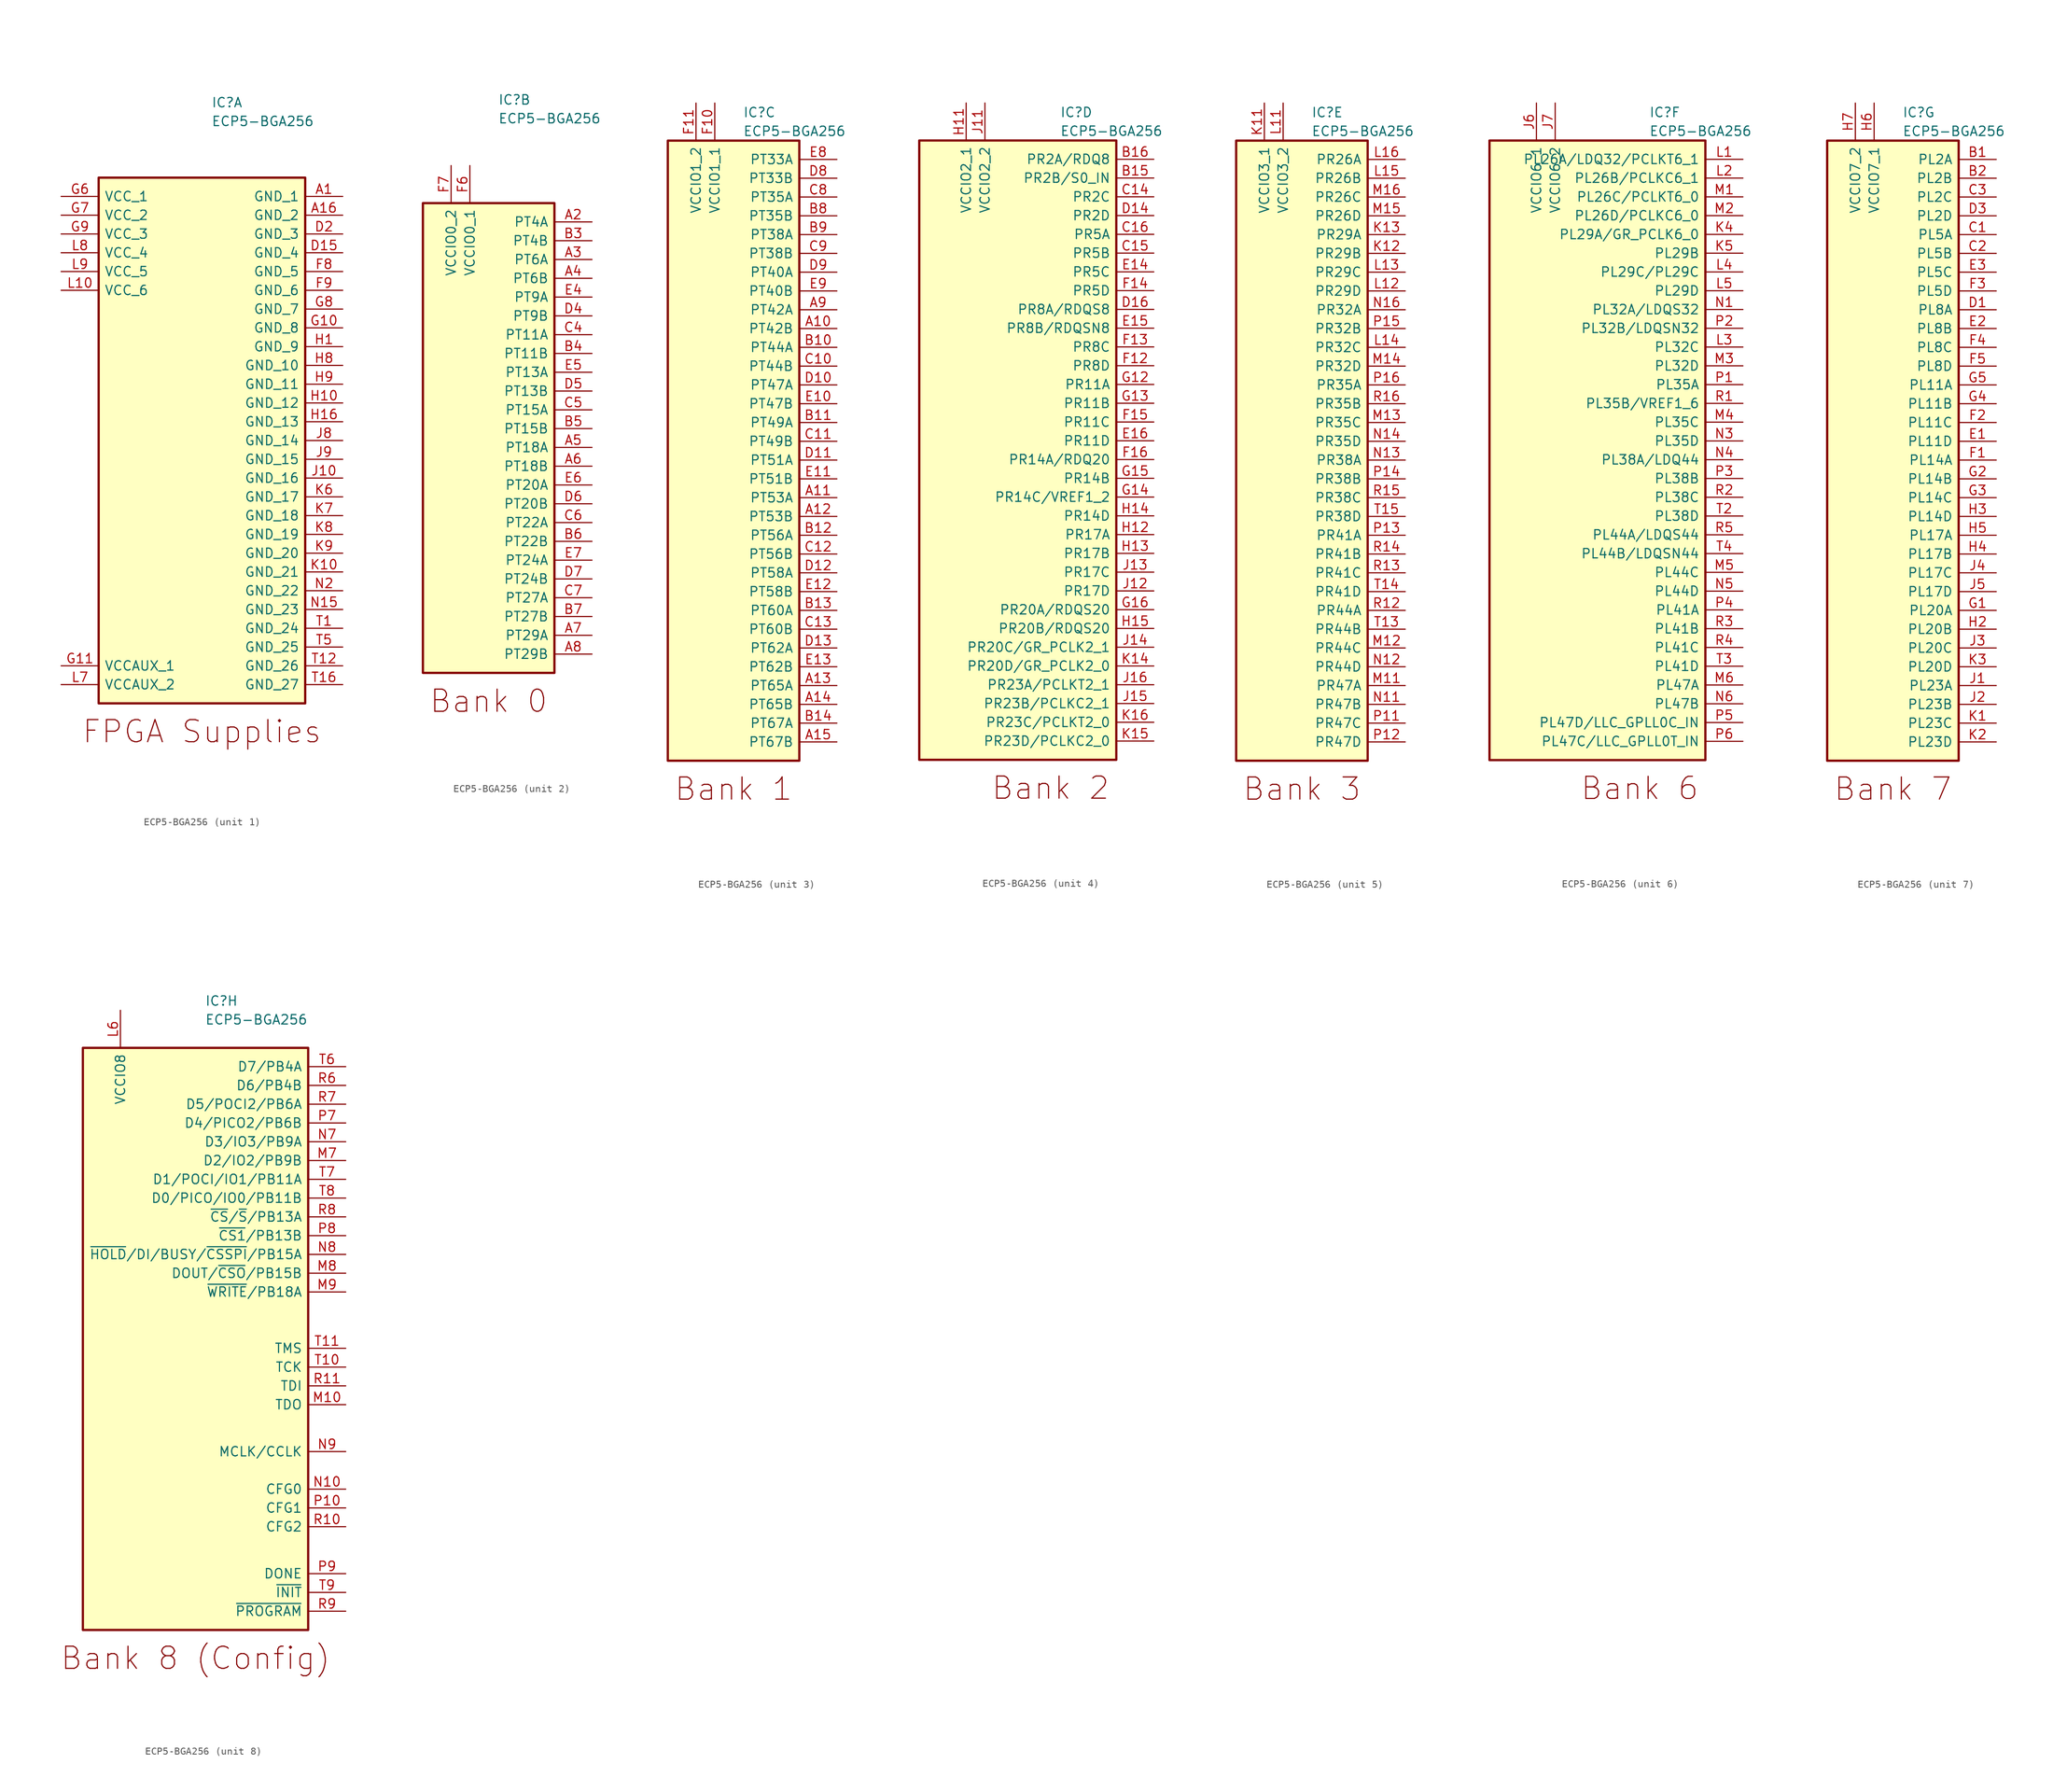
<source format=kicad_sym>
(kicad_symbol_lib
  (version 20241209)
  (generator "kicad_symbol_editor")
  (generator_version "9.0")
  (symbol "ECP5-BGA256"
    (pin_names
      (offset 0.762))
    (property "Reference" "IC"
      (at 1.27 45.72 0)
      (effects (font (size 1.27 1.27)) (justify left)))
    (property "Value" "ECP5-BGA256"
      (at 1.27 43.18 0)
      (effects (font (size 1.27 1.27)) (justify left)))
    (property "ki_locked" ""
      (at 0 0 0)
      (effects (font (size 1.27 1.27))))
    (symbol "ECP5-BGA256_1_0"
      (rectangle (start -13.97 35.56) (end 13.97 -35.56) (stroke (width 0.305) (type default)) (fill (type background))))
    (symbol "ECP5-BGA256_1_1"
      (text "FPGA Supplies" (at 0 -39.37 0) (effects (font (size 2.997 2.997))))
      (pin power_in line (at -19.05 33.02 0) (length 5.08) (name "VCC_1" (effects (font (size 1.27 1.27)))) (number "G6" (effects (font (size 1.27 1.27)))))
      (pin power_in line (at -19.05 30.48 0) (length 5.08) (name "VCC_2" (effects (font (size 1.27 1.27)))) (number "G7" (effects (font (size 1.27 1.27)))))
      (pin power_in line (at -19.05 27.94 0) (length 5.08) (name "VCC_3" (effects (font (size 1.27 1.27)))) (number "G9" (effects (font (size 1.27 1.27)))))
      (pin power_in line (at -19.05 25.4 0) (length 5.08) (name "VCC_4" (effects (font (size 1.27 1.27)))) (number "L8" (effects (font (size 1.27 1.27)))))
      (pin power_in line (at -19.05 22.86 0) (length 5.08) (name "VCC_5" (effects (font (size 1.27 1.27)))) (number "L9" (effects (font (size 1.27 1.27)))))
      (pin power_in line (at -19.05 20.32 0) (length 5.08) (name "VCC_6" (effects (font (size 1.27 1.27)))) (number "L10" (effects (font (size 1.27 1.27)))))
      (pin power_in line (at -19.05 -30.48 0) (length 5.08) (name "VCCAUX_1" (effects (font (size 1.27 1.27)))) (number "G11" (effects (font (size 1.27 1.27)))))
      (pin power_in line (at -19.05 -33.02 0) (length 5.08) (name "VCCAUX_2" (effects (font (size 1.27 1.27)))) (number "L7" (effects (font (size 1.27 1.27)))))
      (pin power_in line (at 19.05 33.02 180) (length 5.08) (name "GND_1" (effects (font (size 1.27 1.27)))) (number "A1" (effects (font (size 1.27 1.27)))))
      (pin power_in line (at 19.05 30.48 180) (length 5.08) (name "GND_2" (effects (font (size 1.27 1.27)))) (number "A16" (effects (font (size 1.27 1.27)))))
      (pin power_in line (at 19.05 27.94 180) (length 5.08) (name "GND_3" (effects (font (size 1.27 1.27)))) (number "D2" (effects (font (size 1.27 1.27)))))
      (pin power_in line (at 19.05 25.4 180) (length 5.08) (name "GND_4" (effects (font (size 1.27 1.27)))) (number "D15" (effects (font (size 1.27 1.27)))))
      (pin power_in line (at 19.05 22.86 180) (length 5.08) (name "GND_5" (effects (font (size 1.27 1.27)))) (number "F8" (effects (font (size 1.27 1.27)))))
      (pin power_in line (at 19.05 20.32 180) (length 5.08) (name "GND_6" (effects (font (size 1.27 1.27)))) (number "F9" (effects (font (size 1.27 1.27)))))
      (pin power_in line (at 19.05 17.78 180) (length 5.08) (name "GND_7" (effects (font (size 1.27 1.27)))) (number "G8" (effects (font (size 1.27 1.27)))))
      (pin power_in line (at 19.05 15.24 180) (length 5.08) (name "GND_8" (effects (font (size 1.27 1.27)))) (number "G10" (effects (font (size 1.27 1.27)))))
      (pin power_in line (at 19.05 12.7 180) (length 5.08) (name "GND_9" (effects (font (size 1.27 1.27)))) (number "H1" (effects (font (size 1.27 1.27)))))
      (pin power_in line (at 19.05 10.16 180) (length 5.08) (name "GND_10" (effects (font (size 1.27 1.27)))) (number "H8" (effects (font (size 1.27 1.27)))))
      (pin power_in line (at 19.05 7.62 180) (length 5.08) (name "GND_11" (effects (font (size 1.27 1.27)))) (number "H9" (effects (font (size 1.27 1.27)))))
      (pin power_in line (at 19.05 5.08 180) (length 5.08) (name "GND_12" (effects (font (size 1.27 1.27)))) (number "H10" (effects (font (size 1.27 1.27)))))
      (pin power_in line (at 19.05 2.54 180) (length 5.08) (name "GND_13" (effects (font (size 1.27 1.27)))) (number "H16" (effects (font (size 1.27 1.27)))))
      (pin power_in line (at 19.05 0 180) (length 5.08) (name "GND_14" (effects (font (size 1.27 1.27)))) (number "J8" (effects (font (size 1.27 1.27)))))
      (pin power_in line (at 19.05 -2.54 180) (length 5.08) (name "GND_15" (effects (font (size 1.27 1.27)))) (number "J9" (effects (font (size 1.27 1.27)))))
      (pin power_in line (at 19.05 -5.08 180) (length 5.08) (name "GND_16" (effects (font (size 1.27 1.27)))) (number "J10" (effects (font (size 1.27 1.27)))))
      (pin power_in line (at 19.05 -7.62 180) (length 5.08) (name "GND_17" (effects (font (size 1.27 1.27)))) (number "K6" (effects (font (size 1.27 1.27)))))
      (pin power_in line (at 19.05 -10.16 180) (length 5.08) (name "GND_18" (effects (font (size 1.27 1.27)))) (number "K7" (effects (font (size 1.27 1.27)))))
      (pin power_in line (at 19.05 -12.7 180) (length 5.08) (name "GND_19" (effects (font (size 1.27 1.27)))) (number "K8" (effects (font (size 1.27 1.27)))))
      (pin power_in line (at 19.05 -15.24 180) (length 5.08) (name "GND_20" (effects (font (size 1.27 1.27)))) (number "K9" (effects (font (size 1.27 1.27)))))
      (pin power_in line (at 19.05 -17.78 180) (length 5.08) (name "GND_21" (effects (font (size 1.27 1.27)))) (number "K10" (effects (font (size 1.27 1.27)))))
      (pin power_in line (at 19.05 -20.32 180) (length 5.08) (name "GND_22" (effects (font (size 1.27 1.27)))) (number "N2" (effects (font (size 1.27 1.27)))))
      (pin power_in line (at 19.05 -22.86 180) (length 5.08) (name "GND_23" (effects (font (size 1.27 1.27)))) (number "N15" (effects (font (size 1.27 1.27)))))
      (pin power_in line (at 19.05 -25.4 180) (length 5.08) (name "GND_24" (effects (font (size 1.27 1.27)))) (number "T1" (effects (font (size 1.27 1.27)))))
      (pin power_in line (at 19.05 -27.94 180) (length 5.08) (name "GND_25" (effects (font (size 1.27 1.27)))) (number "T5" (effects (font (size 1.27 1.27)))))
      (pin power_in line (at 19.05 -30.48 180) (length 5.08) (name "GND_26" (effects (font (size 1.27 1.27)))) (number "T12" (effects (font (size 1.27 1.27)))))
      (pin power_in line (at 19.05 -33.02 180) (length 5.08) (name "GND_27" (effects (font (size 1.27 1.27)))) (number "T16" (effects (font (size 1.27 1.27))))))
    (symbol "ECP5-BGA256_2_1"
      (rectangle (start -8.89 31.75) (end 8.89 -31.75) (stroke (width 0.305) (type default)) (fill (type background)))
      (text "Bank 0" (at 0 -35.56 0) (effects (font (size 2.997 2.997))))
      (pin power_in line (at -5.08 36.83 270) (length 5.08) (name "VCCIO0_2" (effects (font (size 1.27 1.27)))) (number "F7" (effects (font (size 1.27 1.27)))))
      (pin power_in line (at -2.54 36.83 270) (length 5.08) (name "VCCIO0_1" (effects (font (size 1.27 1.27)))) (number "F6" (effects (font (size 1.27 1.27)))))
      (pin bidirectional line (at 13.97 29.21 180) (length 5.08) (name "PT4A" (effects (font (size 1.27 1.27)))) (number "A2" (effects (font (size 1.27 1.27)))))
      (pin bidirectional line (at 13.97 26.67 180) (length 5.08) (name "PT4B" (effects (font (size 1.27 1.27)))) (number "B3" (effects (font (size 1.27 1.27)))))
      (pin bidirectional line (at 13.97 24.13 180) (length 5.08) (name "PT6A" (effects (font (size 1.27 1.27)))) (number "A3" (effects (font (size 1.27 1.27)))))
      (pin bidirectional line (at 13.97 21.59 180) (length 5.08) (name "PT6B" (effects (font (size 1.27 1.27)))) (number "A4" (effects (font (size 1.27 1.27)))))
      (pin bidirectional line (at 13.97 19.05 180) (length 5.08) (name "PT9A" (effects (font (size 1.27 1.27)))) (number "E4" (effects (font (size 1.27 1.27)))))
      (pin bidirectional line (at 13.97 16.51 180) (length 5.08) (name "PT9B" (effects (font (size 1.27 1.27)))) (number "D4" (effects (font (size 1.27 1.27)))))
      (pin bidirectional line (at 13.97 13.97 180) (length 5.08) (name "PT11A" (effects (font (size 1.27 1.27)))) (number "C4" (effects (font (size 1.27 1.27)))))
      (pin bidirectional line (at 13.97 11.43 180) (length 5.08) (name "PT11B" (effects (font (size 1.27 1.27)))) (number "B4" (effects (font (size 1.27 1.27)))))
      (pin bidirectional line (at 13.97 8.89 180) (length 5.08) (name "PT13A" (effects (font (size 1.27 1.27)))) (number "E5" (effects (font (size 1.27 1.27)))))
      (pin bidirectional line (at 13.97 6.35 180) (length 5.08) (name "PT13B" (effects (font (size 1.27 1.27)))) (number "D5" (effects (font (size 1.27 1.27)))))
      (pin bidirectional line (at 13.97 3.81 180) (length 5.08) (name "PT15A" (effects (font (size 1.27 1.27)))) (number "C5" (effects (font (size 1.27 1.27)))))
      (pin bidirectional line (at 13.97 1.27 180) (length 5.08) (name "PT15B" (effects (font (size 1.27 1.27)))) (number "B5" (effects (font (size 1.27 1.27)))))
      (pin bidirectional line (at 13.97 -1.27 180) (length 5.08) (name "PT18A" (effects (font (size 1.27 1.27)))) (number "A5" (effects (font (size 1.27 1.27)))))
      (pin bidirectional line (at 13.97 -3.81 180) (length 5.08) (name "PT18B" (effects (font (size 1.27 1.27)))) (number "A6" (effects (font (size 1.27 1.27)))))
      (pin bidirectional line (at 13.97 -6.35 180) (length 5.08) (name "PT20A" (effects (font (size 1.27 1.27)))) (number "E6" (effects (font (size 1.27 1.27)))))
      (pin bidirectional line (at 13.97 -8.89 180) (length 5.08) (name "PT20B" (effects (font (size 1.27 1.27)))) (number "D6" (effects (font (size 1.27 1.27)))))
      (pin bidirectional line (at 13.97 -11.43 180) (length 5.08) (name "PT22A" (effects (font (size 1.27 1.27)))) (number "C6" (effects (font (size 1.27 1.27)))))
      (pin bidirectional line (at 13.97 -13.97 180) (length 5.08) (name "PT22B" (effects (font (size 1.27 1.27)))) (number "B6" (effects (font (size 1.27 1.27)))))
      (pin bidirectional line (at 13.97 -16.51 180) (length 5.08) (name "PT24A" (effects (font (size 1.27 1.27)))) (number "E7" (effects (font (size 1.27 1.27)))))
      (pin bidirectional line (at 13.97 -19.05 180) (length 5.08) (name "PT24B" (effects (font (size 1.27 1.27)))) (number "D7" (effects (font (size 1.27 1.27)))))
      (pin bidirectional line (at 13.97 -21.59 180) (length 5.08) (name "PT27A" (effects (font (size 1.27 1.27)))) (number "C7" (effects (font (size 1.27 1.27)))))
      (pin bidirectional line (at 13.97 -24.13 180) (length 5.08) (name "PT27B" (effects (font (size 1.27 1.27)))) (number "B7" (effects (font (size 1.27 1.27)))))
      (pin bidirectional line (at 13.97 -26.67 180) (length 5.08) (name "PT29A" (effects (font (size 1.27 1.27)))) (number "A7" (effects (font (size 1.27 1.27)))))
      (pin bidirectional line (at 13.97 -29.21 180) (length 5.08) (name "PT29B" (effects (font (size 1.27 1.27)))) (number "A8" (effects (font (size 1.27 1.27))))))
    (symbol "ECP5-BGA256_3_0"
      (rectangle (start -8.89 41.91) (end 8.89 -41.91) (stroke (width 0.305) (type default)) (fill (type background))))
    (symbol "ECP5-BGA256_3_1"
      (text "Bank 1" (at 0 -45.72 0) (effects (font (size 2.997 2.997))))
      (pin power_in line (at -5.08 46.99 270) (length 5.08) (name "VCCIO1_2" (effects (font (size 1.27 1.27)))) (number "F11" (effects (font (size 1.27 1.27)))))
      (pin power_in line (at -2.54 46.99 270) (length 5.08) (name "VCCIO1_1" (effects (font (size 1.27 1.27)))) (number "F10" (effects (font (size 1.27 1.27)))))
      (pin bidirectional line (at 13.97 39.37 180) (length 5.08) (name "PT33A" (effects (font (size 1.27 1.27)))) (number "E8" (effects (font (size 1.27 1.27)))))
      (pin bidirectional line (at 13.97 36.83 180) (length 5.08) (name "PT33B" (effects (font (size 1.27 1.27)))) (number "D8" (effects (font (size 1.27 1.27)))))
      (pin bidirectional line (at 13.97 34.29 180) (length 5.08) (name "PT35A" (effects (font (size 1.27 1.27)))) (number "C8" (effects (font (size 1.27 1.27)))))
      (pin bidirectional line (at 13.97 31.75 180) (length 5.08) (name "PT35B" (effects (font (size 1.27 1.27)))) (number "B8" (effects (font (size 1.27 1.27)))))
      (pin bidirectional line (at 13.97 29.21 180) (length 5.08) (name "PT38A" (effects (font (size 1.27 1.27)))) (number "B9" (effects (font (size 1.27 1.27)))))
      (pin bidirectional line (at 13.97 26.67 180) (length 5.08) (name "PT38B" (effects (font (size 1.27 1.27)))) (number "C9" (effects (font (size 1.27 1.27)))))
      (pin bidirectional line (at 13.97 24.13 180) (length 5.08) (name "PT40A" (effects (font (size 1.27 1.27)))) (number "D9" (effects (font (size 1.27 1.27)))))
      (pin bidirectional line (at 13.97 21.59 180) (length 5.08) (name "PT40B" (effects (font (size 1.27 1.27)))) (number "E9" (effects (font (size 1.27 1.27)))))
      (pin bidirectional line (at 13.97 19.05 180) (length 5.08) (name "PT42A" (effects (font (size 1.27 1.27)))) (number "A9" (effects (font (size 1.27 1.27)))))
      (pin bidirectional line (at 13.97 16.51 180) (length 5.08) (name "PT42B" (effects (font (size 1.27 1.27)))) (number "A10" (effects (font (size 1.27 1.27)))))
      (pin bidirectional line (at 13.97 13.97 180) (length 5.08) (name "PT44A" (effects (font (size 1.27 1.27)))) (number "B10" (effects (font (size 1.27 1.27)))))
      (pin bidirectional line (at 13.97 11.43 180) (length 5.08) (name "PT44B" (effects (font (size 1.27 1.27)))) (number "C10" (effects (font (size 1.27 1.27)))))
      (pin bidirectional line (at 13.97 8.89 180) (length 5.08) (name "PT47A" (effects (font (size 1.27 1.27)))) (number "D10" (effects (font (size 1.27 1.27)))))
      (pin bidirectional line (at 13.97 6.35 180) (length 5.08) (name "PT47B" (effects (font (size 1.27 1.27)))) (number "E10" (effects (font (size 1.27 1.27)))))
      (pin bidirectional line (at 13.97 3.81 180) (length 5.08) (name "PT49A" (effects (font (size 1.27 1.27)))) (number "B11" (effects (font (size 1.27 1.27)))))
      (pin bidirectional line (at 13.97 1.27 180) (length 5.08) (name "PT49B" (effects (font (size 1.27 1.27)))) (number "C11" (effects (font (size 1.27 1.27)))))
      (pin bidirectional line (at 13.97 -1.27 180) (length 5.08) (name "PT51A" (effects (font (size 1.27 1.27)))) (number "D11" (effects (font (size 1.27 1.27)))))
      (pin bidirectional line (at 13.97 -3.81 180) (length 5.08) (name "PT51B" (effects (font (size 1.27 1.27)))) (number "E11" (effects (font (size 1.27 1.27)))))
      (pin bidirectional line (at 13.97 -6.35 180) (length 5.08) (name "PT53A" (effects (font (size 1.27 1.27)))) (number "A11" (effects (font (size 1.27 1.27)))))
      (pin bidirectional line (at 13.97 -8.89 180) (length 5.08) (name "PT53B" (effects (font (size 1.27 1.27)))) (number "A12" (effects (font (size 1.27 1.27)))))
      (pin bidirectional line (at 13.97 -11.43 180) (length 5.08) (name "PT56A" (effects (font (size 1.27 1.27)))) (number "B12" (effects (font (size 1.27 1.27)))))
      (pin bidirectional line (at 13.97 -13.97 180) (length 5.08) (name "PT56B" (effects (font (size 1.27 1.27)))) (number "C12" (effects (font (size 1.27 1.27)))))
      (pin bidirectional line (at 13.97 -16.51 180) (length 5.08) (name "PT58A" (effects (font (size 1.27 1.27)))) (number "D12" (effects (font (size 1.27 1.27)))))
      (pin bidirectional line (at 13.97 -19.05 180) (length 5.08) (name "PT58B" (effects (font (size 1.27 1.27)))) (number "E12" (effects (font (size 1.27 1.27)))))
      (pin bidirectional line (at 13.97 -21.59 180) (length 5.08) (name "PT60A" (effects (font (size 1.27 1.27)))) (number "B13" (effects (font (size 1.27 1.27)))))
      (pin bidirectional line (at 13.97 -24.13 180) (length 5.08) (name "PT60B" (effects (font (size 1.27 1.27)))) (number "C13" (effects (font (size 1.27 1.27)))))
      (pin bidirectional line (at 13.97 -26.67 180) (length 5.08) (name "PT62A" (effects (font (size 1.27 1.27)))) (number "D13" (effects (font (size 1.27 1.27)))))
      (pin bidirectional line (at 13.97 -29.21 180) (length 5.08) (name "PT62B" (effects (font (size 1.27 1.27)))) (number "E13" (effects (font (size 1.27 1.27)))))
      (pin bidirectional line (at 13.97 -31.75 180) (length 5.08) (name "PT65A" (effects (font (size 1.27 1.27)))) (number "A13" (effects (font (size 1.27 1.27)))))
      (pin bidirectional line (at 13.97 -34.29 180) (length 5.08) (name "PT65B" (effects (font (size 1.27 1.27)))) (number "A14" (effects (font (size 1.27 1.27)))))
      (pin bidirectional line (at 13.97 -36.83 180) (length 5.08) (name "PT67A" (effects (font (size 1.27 1.27)))) (number "B14" (effects (font (size 1.27 1.27)))))
      (pin bidirectional line (at 13.97 -39.37 180) (length 5.08) (name "PT67B" (effects (font (size 1.27 1.27)))) (number "A15" (effects (font (size 1.27 1.27))))))
    (symbol "ECP5-BGA256_4_1"
      (rectangle (start -17.78 41.91) (end 8.89 -41.91) (stroke (width 0.305) (type default)) (fill (type background)))
      (text "Bank 2" (at 0 -45.72 0) (effects (font (size 2.997 2.997))))
      (pin power_in line (at -11.43 46.99 270) (length 5.08) (name "VCCIO2_1" (effects (font (size 1.27 1.27)))) (number "H11" (effects (font (size 1.27 1.27)))))
      (pin power_in line (at -8.89 46.99 270) (length 5.08) (name "VCCIO2_2" (effects (font (size 1.27 1.27)))) (number "J11" (effects (font (size 1.27 1.27)))))
      (pin bidirectional line (at 13.97 39.37 180) (length 5.08) (name "PR2A/RDQ8" (effects (font (size 1.27 1.27)))) (number "B16" (effects (font (size 1.27 1.27)))))
      (pin bidirectional line (at 13.97 36.83 180) (length 5.08) (name "PR2B/S0_IN" (effects (font (size 1.27 1.27)))) (number "B15" (effects (font (size 1.27 1.27)))))
      (pin bidirectional line (at 13.97 34.29 180) (length 5.08) (name "PR2C" (effects (font (size 1.27 1.27)))) (number "C14" (effects (font (size 1.27 1.27)))))
      (pin bidirectional line (at 13.97 31.75 180) (length 5.08) (name "PR2D" (effects (font (size 1.27 1.27)))) (number "D14" (effects (font (size 1.27 1.27)))))
      (pin bidirectional line (at 13.97 29.21 180) (length 5.08) (name "PR5A" (effects (font (size 1.27 1.27)))) (number "C16" (effects (font (size 1.27 1.27)))))
      (pin bidirectional line (at 13.97 26.67 180) (length 5.08) (name "PR5B" (effects (font (size 1.27 1.27)))) (number "C15" (effects (font (size 1.27 1.27)))))
      (pin bidirectional line (at 13.97 24.13 180) (length 5.08) (name "PR5C" (effects (font (size 1.27 1.27)))) (number "E14" (effects (font (size 1.27 1.27)))))
      (pin bidirectional line (at 13.97 21.59 180) (length 5.08) (name "PR5D" (effects (font (size 1.27 1.27)))) (number "F14" (effects (font (size 1.27 1.27)))))
      (pin bidirectional line (at 13.97 19.05 180) (length 5.08) (name "PR8A/RDQS8" (effects (font (size 1.27 1.27)))) (number "D16" (effects (font (size 1.27 1.27)))))
      (pin bidirectional line (at 13.97 16.51 180) (length 5.08) (name "PR8B/RDQSN8" (effects (font (size 1.27 1.27)))) (number "E15" (effects (font (size 1.27 1.27)))))
      (pin bidirectional line (at 13.97 13.97 180) (length 5.08) (name "PR8C" (effects (font (size 1.27 1.27)))) (number "F13" (effects (font (size 1.27 1.27)))))
      (pin bidirectional line (at 13.97 11.43 180) (length 5.08) (name "PR8D" (effects (font (size 1.27 1.27)))) (number "F12" (effects (font (size 1.27 1.27)))))
      (pin bidirectional line (at 13.97 8.89 180) (length 5.08) (name "PR11A" (effects (font (size 1.27 1.27)))) (number "G12" (effects (font (size 1.27 1.27)))))
      (pin bidirectional line (at 13.97 6.35 180) (length 5.08) (name "PR11B" (effects (font (size 1.27 1.27)))) (number "G13" (effects (font (size 1.27 1.27)))))
      (pin bidirectional line (at 13.97 3.81 180) (length 5.08) (name "PR11C" (effects (font (size 1.27 1.27)))) (number "F15" (effects (font (size 1.27 1.27)))))
      (pin bidirectional line (at 13.97 1.27 180) (length 5.08) (name "PR11D" (effects (font (size 1.27 1.27)))) (number "E16" (effects (font (size 1.27 1.27)))))
      (pin bidirectional line (at 13.97 -1.27 180) (length 5.08) (name "PR14A/RDQ20" (effects (font (size 1.27 1.27)))) (number "F16" (effects (font (size 1.27 1.27)))))
      (pin bidirectional line (at 13.97 -3.81 180) (length 5.08) (name "PR14B" (effects (font (size 1.27 1.27)))) (number "G15" (effects (font (size 1.27 1.27)))))
      (pin bidirectional line (at 13.97 -6.35 180) (length 5.08) (name "PR14C/VREF1_2" (effects (font (size 1.27 1.27)))) (number "G14" (effects (font (size 1.27 1.27)))))
      (pin bidirectional line (at 13.97 -8.89 180) (length 5.08) (name "PR14D" (effects (font (size 1.27 1.27)))) (number "H14" (effects (font (size 1.27 1.27)))))
      (pin bidirectional line (at 13.97 -11.43 180) (length 5.08) (name "PR17A" (effects (font (size 1.27 1.27)))) (number "H12" (effects (font (size 1.27 1.27)))))
      (pin bidirectional line (at 13.97 -13.97 180) (length 5.08) (name "PR17B" (effects (font (size 1.27 1.27)))) (number "H13" (effects (font (size 1.27 1.27)))))
      (pin bidirectional line (at 13.97 -16.51 180) (length 5.08) (name "PR17C" (effects (font (size 1.27 1.27)))) (number "J13" (effects (font (size 1.27 1.27)))))
      (pin bidirectional line (at 13.97 -19.05 180) (length 5.08) (name "PR17D" (effects (font (size 1.27 1.27)))) (number "J12" (effects (font (size 1.27 1.27)))))
      (pin bidirectional line (at 13.97 -21.59 180) (length 5.08) (name "PR20A/RDQS20" (effects (font (size 1.27 1.27)))) (number "G16" (effects (font (size 1.27 1.27)))))
      (pin bidirectional line (at 13.97 -24.13 180) (length 5.08) (name "PR20B/RDQS20" (effects (font (size 1.27 1.27)))) (number "H15" (effects (font (size 1.27 1.27)))))
      (pin bidirectional line (at 13.97 -26.67 180) (length 5.08) (name "PR20C/GR_PCLK2_1" (effects (font (size 1.27 1.27)))) (number "J14" (effects (font (size 1.27 1.27)))))
      (pin bidirectional line (at 13.97 -29.21 180) (length 5.08) (name "PR20D/GR_PCLK2_0" (effects (font (size 1.27 1.27)))) (number "K14" (effects (font (size 1.27 1.27)))))
      (pin bidirectional line (at 13.97 -31.75 180) (length 5.08) (name "PR23A/PCLKT2_1" (effects (font (size 1.27 1.27)))) (number "J16" (effects (font (size 1.27 1.27)))))
      (pin bidirectional line (at 13.97 -34.29 180) (length 5.08) (name "PR23B/PCLKC2_1" (effects (font (size 1.27 1.27)))) (number "J15" (effects (font (size 1.27 1.27)))))
      (pin bidirectional line (at 13.97 -36.83 180) (length 5.08) (name "PR23C/PCLKT2_0" (effects (font (size 1.27 1.27)))) (number "K16" (effects (font (size 1.27 1.27)))))
      (pin bidirectional line (at 13.97 -39.37 180) (length 5.08) (name "PR23D/PCLKC2_0" (effects (font (size 1.27 1.27)))) (number "K15" (effects (font (size 1.27 1.27))))))
    (symbol "ECP5-BGA256_5_0"
      (rectangle (start -8.89 41.91) (end 8.89 -41.91) (stroke (width 0.305) (type default)) (fill (type background))))
    (symbol "ECP5-BGA256_5_1"
      (text "Bank 3" (at 0 -45.72 0) (effects (font (size 2.997 2.997))))
      (pin power_in line (at -5.08 46.99 270) (length 5.08) (name "VCCIO3_1" (effects (font (size 1.27 1.27)))) (number "K11" (effects (font (size 1.27 1.27)))))
      (pin power_in line (at -2.54 46.99 270) (length 5.08) (name "VCCIO3_2" (effects (font (size 1.27 1.27)))) (number "L11" (effects (font (size 1.27 1.27)))))
      (pin bidirectional line (at 13.97 39.37 180) (length 5.08) (name "PR26A" (effects (font (size 1.27 1.27)))) (number "L16" (effects (font (size 1.27 1.27)))))
      (pin bidirectional line (at 13.97 36.83 180) (length 5.08) (name "PR26B" (effects (font (size 1.27 1.27)))) (number "L15" (effects (font (size 1.27 1.27)))))
      (pin bidirectional line (at 13.97 34.29 180) (length 5.08) (name "PR26C" (effects (font (size 1.27 1.27)))) (number "M16" (effects (font (size 1.27 1.27)))))
      (pin bidirectional line (at 13.97 31.75 180) (length 5.08) (name "PR26D" (effects (font (size 1.27 1.27)))) (number "M15" (effects (font (size 1.27 1.27)))))
      (pin bidirectional line (at 13.97 29.21 180) (length 5.08) (name "PR29A" (effects (font (size 1.27 1.27)))) (number "K13" (effects (font (size 1.27 1.27)))))
      (pin bidirectional line (at 13.97 26.67 180) (length 5.08) (name "PR29B" (effects (font (size 1.27 1.27)))) (number "K12" (effects (font (size 1.27 1.27)))))
      (pin bidirectional line (at 13.97 24.13 180) (length 5.08) (name "PR29C" (effects (font (size 1.27 1.27)))) (number "L13" (effects (font (size 1.27 1.27)))))
      (pin bidirectional line (at 13.97 21.59 180) (length 5.08) (name "PR29D" (effects (font (size 1.27 1.27)))) (number "L12" (effects (font (size 1.27 1.27)))))
      (pin bidirectional line (at 13.97 19.05 180) (length 5.08) (name "PR32A" (effects (font (size 1.27 1.27)))) (number "N16" (effects (font (size 1.27 1.27)))))
      (pin bidirectional line (at 13.97 16.51 180) (length 5.08) (name "PR32B" (effects (font (size 1.27 1.27)))) (number "P15" (effects (font (size 1.27 1.27)))))
      (pin bidirectional line (at 13.97 13.97 180) (length 5.08) (name "PR32C" (effects (font (size 1.27 1.27)))) (number "L14" (effects (font (size 1.27 1.27)))))
      (pin bidirectional line (at 13.97 11.43 180) (length 5.08) (name "PR32D" (effects (font (size 1.27 1.27)))) (number "M14" (effects (font (size 1.27 1.27)))))
      (pin bidirectional line (at 13.97 8.89 180) (length 5.08) (name "PR35A" (effects (font (size 1.27 1.27)))) (number "P16" (effects (font (size 1.27 1.27)))))
      (pin bidirectional line (at 13.97 6.35 180) (length 5.08) (name "PR35B" (effects (font (size 1.27 1.27)))) (number "R16" (effects (font (size 1.27 1.27)))))
      (pin bidirectional line (at 13.97 3.81 180) (length 5.08) (name "PR35C" (effects (font (size 1.27 1.27)))) (number "M13" (effects (font (size 1.27 1.27)))))
      (pin bidirectional line (at 13.97 1.27 180) (length 5.08) (name "PR35D" (effects (font (size 1.27 1.27)))) (number "N14" (effects (font (size 1.27 1.27)))))
      (pin bidirectional line (at 13.97 -1.27 180) (length 5.08) (name "PR38A" (effects (font (size 1.27 1.27)))) (number "N13" (effects (font (size 1.27 1.27)))))
      (pin bidirectional line (at 13.97 -3.81 180) (length 5.08) (name "PR38B" (effects (font (size 1.27 1.27)))) (number "P14" (effects (font (size 1.27 1.27)))))
      (pin bidirectional line (at 13.97 -6.35 180) (length 5.08) (name "PR38C" (effects (font (size 1.27 1.27)))) (number "R15" (effects (font (size 1.27 1.27)))))
      (pin bidirectional line (at 13.97 -8.89 180) (length 5.08) (name "PR38D" (effects (font (size 1.27 1.27)))) (number "T15" (effects (font (size 1.27 1.27)))))
      (pin bidirectional line (at 13.97 -11.43 180) (length 5.08) (name "PR41A" (effects (font (size 1.27 1.27)))) (number "P13" (effects (font (size 1.27 1.27)))))
      (pin bidirectional line (at 13.97 -13.97 180) (length 5.08) (name "PR41B" (effects (font (size 1.27 1.27)))) (number "R14" (effects (font (size 1.27 1.27)))))
      (pin bidirectional line (at 13.97 -16.51 180) (length 5.08) (name "PR41C" (effects (font (size 1.27 1.27)))) (number "R13" (effects (font (size 1.27 1.27)))))
      (pin bidirectional line (at 13.97 -19.05 180) (length 5.08) (name "PR41D" (effects (font (size 1.27 1.27)))) (number "T14" (effects (font (size 1.27 1.27)))))
      (pin bidirectional line (at 13.97 -21.59 180) (length 5.08) (name "PR44A" (effects (font (size 1.27 1.27)))) (number "R12" (effects (font (size 1.27 1.27)))))
      (pin bidirectional line (at 13.97 -24.13 180) (length 5.08) (name "PR44B" (effects (font (size 1.27 1.27)))) (number "T13" (effects (font (size 1.27 1.27)))))
      (pin bidirectional line (at 13.97 -26.67 180) (length 5.08) (name "PR44C" (effects (font (size 1.27 1.27)))) (number "M12" (effects (font (size 1.27 1.27)))))
      (pin bidirectional line (at 13.97 -29.21 180) (length 5.08) (name "PR44D" (effects (font (size 1.27 1.27)))) (number "N12" (effects (font (size 1.27 1.27)))))
      (pin bidirectional line (at 13.97 -31.75 180) (length 5.08) (name "PR47A" (effects (font (size 1.27 1.27)))) (number "M11" (effects (font (size 1.27 1.27)))))
      (pin bidirectional line (at 13.97 -34.29 180) (length 5.08) (name "PR47B" (effects (font (size 1.27 1.27)))) (number "N11" (effects (font (size 1.27 1.27)))))
      (pin bidirectional line (at 13.97 -36.83 180) (length 5.08) (name "PR47C" (effects (font (size 1.27 1.27)))) (number "P11" (effects (font (size 1.27 1.27)))))
      (pin bidirectional line (at 13.97 -39.37 180) (length 5.08) (name "PR47D" (effects (font (size 1.27 1.27)))) (number "P12" (effects (font (size 1.27 1.27))))))
    (symbol "ECP5-BGA256_6_1"
      (rectangle (start -20.32 41.91) (end 8.89 -41.91) (stroke (width 0.305) (type default)) (fill (type background)))
      (text "Bank 6" (at 0 -45.72 0) (effects (font (size 2.997 2.997))))
      (pin power_in line (at -13.97 46.99 270) (length 5.08) (name "VCCIO6_1" (effects (font (size 1.27 1.27)))) (number "J6" (effects (font (size 1.27 1.27)))))
      (pin power_in line (at -11.43 46.99 270) (length 5.08) (name "VCCIO6_2" (effects (font (size 1.27 1.27)))) (number "J7" (effects (font (size 1.27 1.27)))))
      (pin bidirectional line (at 13.97 39.37 180) (length 5.08) (name "PL26A/LDQ32/PCLKT6_1" (effects (font (size 1.27 1.27)))) (number "L1" (effects (font (size 1.27 1.27)))))
      (pin bidirectional line (at 13.97 36.83 180) (length 5.08) (name "PL26B/PCLKC6_1" (effects (font (size 1.27 1.27)))) (number "L2" (effects (font (size 1.27 1.27)))))
      (pin bidirectional line (at 13.97 34.29 180) (length 5.08) (name "PL26C/PCLKT6_0" (effects (font (size 1.27 1.27)))) (number "M1" (effects (font (size 1.27 1.27)))))
      (pin bidirectional line (at 13.97 31.75 180) (length 5.08) (name "PL26D/PCLKC6_0" (effects (font (size 1.27 1.27)))) (number "M2" (effects (font (size 1.27 1.27)))))
      (pin bidirectional line (at 13.97 29.21 180) (length 5.08) (name "PL29A/GR_PCLK6_0" (effects (font (size 1.27 1.27)))) (number "K4" (effects (font (size 1.27 1.27)))))
      (pin bidirectional line (at 13.97 26.67 180) (length 5.08) (name "PL29B" (effects (font (size 1.27 1.27)))) (number "K5" (effects (font (size 1.27 1.27)))))
      (pin bidirectional line (at 13.97 24.13 180) (length 5.08) (name "PL29C/PL29C" (effects (font (size 1.27 1.27)))) (number "L4" (effects (font (size 1.27 1.27)))))
      (pin bidirectional line (at 13.97 21.59 180) (length 5.08) (name "PL29D" (effects (font (size 1.27 1.27)))) (number "L5" (effects (font (size 1.27 1.27)))))
      (pin bidirectional line (at 13.97 19.05 180) (length 5.08) (name "PL32A/LDQS32" (effects (font (size 1.27 1.27)))) (number "N1" (effects (font (size 1.27 1.27)))))
      (pin bidirectional line (at 13.97 16.51 180) (length 5.08) (name "PL32B/LDQSN32" (effects (font (size 1.27 1.27)))) (number "P2" (effects (font (size 1.27 1.27)))))
      (pin bidirectional line (at 13.97 13.97 180) (length 5.08) (name "PL32C" (effects (font (size 1.27 1.27)))) (number "L3" (effects (font (size 1.27 1.27)))))
      (pin bidirectional line (at 13.97 11.43 180) (length 5.08) (name "PL32D" (effects (font (size 1.27 1.27)))) (number "M3" (effects (font (size 1.27 1.27)))))
      (pin bidirectional line (at 13.97 8.89 180) (length 5.08) (name "PL35A" (effects (font (size 1.27 1.27)))) (number "P1" (effects (font (size 1.27 1.27)))))
      (pin bidirectional line (at 13.97 6.35 180) (length 5.08) (name "PL35B/VREF1_6" (effects (font (size 1.27 1.27)))) (number "R1" (effects (font (size 1.27 1.27)))))
      (pin bidirectional line (at 13.97 3.81 180) (length 5.08) (name "PL35C" (effects (font (size 1.27 1.27)))) (number "M4" (effects (font (size 1.27 1.27)))))
      (pin bidirectional line (at 13.97 1.27 180) (length 5.08) (name "PL35D" (effects (font (size 1.27 1.27)))) (number "N3" (effects (font (size 1.27 1.27)))))
      (pin bidirectional line (at 13.97 -1.27 180) (length 5.08) (name "PL38A/LDQ44" (effects (font (size 1.27 1.27)))) (number "N4" (effects (font (size 1.27 1.27)))))
      (pin bidirectional line (at 13.97 -3.81 180) (length 5.08) (name "PL38B" (effects (font (size 1.27 1.27)))) (number "P3" (effects (font (size 1.27 1.27)))))
      (pin bidirectional line (at 13.97 -6.35 180) (length 5.08) (name "PL38C" (effects (font (size 1.27 1.27)))) (number "R2" (effects (font (size 1.27 1.27)))))
      (pin bidirectional line (at 13.97 -8.89 180) (length 5.08) (name "PL38D" (effects (font (size 1.27 1.27)))) (number "T2" (effects (font (size 1.27 1.27)))))
      (pin bidirectional line (at 13.97 -11.43 180) (length 5.08) (name "PL44A/LDQS44" (effects (font (size 1.27 1.27)))) (number "R5" (effects (font (size 1.27 1.27)))))
      (pin bidirectional line (at 13.97 -13.97 180) (length 5.08) (name "PL44B/LDQSN44" (effects (font (size 1.27 1.27)))) (number "T4" (effects (font (size 1.27 1.27)))))
      (pin bidirectional line (at 13.97 -16.51 180) (length 5.08) (name "PL44C" (effects (font (size 1.27 1.27)))) (number "M5" (effects (font (size 1.27 1.27)))))
      (pin bidirectional line (at 13.97 -19.05 180) (length 5.08) (name "PL44D" (effects (font (size 1.27 1.27)))) (number "N5" (effects (font (size 1.27 1.27)))))
      (pin bidirectional line (at 13.97 -21.59 180) (length 5.08) (name "PL41A" (effects (font (size 1.27 1.27)))) (number "P4" (effects (font (size 1.27 1.27)))))
      (pin bidirectional line (at 13.97 -24.13 180) (length 5.08) (name "PL41B" (effects (font (size 1.27 1.27)))) (number "R3" (effects (font (size 1.27 1.27)))))
      (pin bidirectional line (at 13.97 -26.67 180) (length 5.08) (name "PL41C" (effects (font (size 1.27 1.27)))) (number "R4" (effects (font (size 1.27 1.27)))))
      (pin bidirectional line (at 13.97 -29.21 180) (length 5.08) (name "PL41D" (effects (font (size 1.27 1.27)))) (number "T3" (effects (font (size 1.27 1.27)))))
      (pin bidirectional line (at 13.97 -31.75 180) (length 5.08) (name "PL47A" (effects (font (size 1.27 1.27)))) (number "M6" (effects (font (size 1.27 1.27)))))
      (pin bidirectional line (at 13.97 -34.29 180) (length 5.08) (name "PL47B" (effects (font (size 1.27 1.27)))) (number "N6" (effects (font (size 1.27 1.27)))))
      (pin bidirectional line (at 13.97 -36.83 180) (length 5.08) (name "PL47D/LLC_GPLL0C_IN" (effects (font (size 1.27 1.27)))) (number "P5" (effects (font (size 1.27 1.27)))))
      (pin bidirectional line (at 13.97 -39.37 180) (length 5.08) (name "PL47C/LLC_GPLL0T_IN" (effects (font (size 1.27 1.27)))) (number "P6" (effects (font (size 1.27 1.27))))))
    (symbol "ECP5-BGA256_7_1"
      (rectangle (start -8.89 41.91) (end 8.89 -41.91) (stroke (width 0.305) (type default)) (fill (type background)))
      (text "Bank 7" (at 0 -45.72 0) (effects (font (size 2.997 2.997))))
      (pin power_in line (at -5.08 46.99 270) (length 5.08) (name "VCCIO7_2" (effects (font (size 1.27 1.27)))) (number "H7" (effects (font (size 1.27 1.27)))))
      (pin power_in line (at -2.54 46.99 270) (length 5.08) (name "VCCIO7_1" (effects (font (size 1.27 1.27)))) (number "H6" (effects (font (size 1.27 1.27)))))
      (pin bidirectional line (at 13.97 39.37 180) (length 5.08) (name "PL2A" (effects (font (size 1.27 1.27)))) (number "B1" (effects (font (size 1.27 1.27)))))
      (pin bidirectional line (at 13.97 36.83 180) (length 5.08) (name "PL2B" (effects (font (size 1.27 1.27)))) (number "B2" (effects (font (size 1.27 1.27)))))
      (pin bidirectional line (at 13.97 34.29 180) (length 5.08) (name "PL2C" (effects (font (size 1.27 1.27)))) (number "C3" (effects (font (size 1.27 1.27)))))
      (pin bidirectional line (at 13.97 31.75 180) (length 5.08) (name "PL2D" (effects (font (size 1.27 1.27)))) (number "D3" (effects (font (size 1.27 1.27)))))
      (pin bidirectional line (at 13.97 29.21 180) (length 5.08) (name "PL5A" (effects (font (size 1.27 1.27)))) (number "C1" (effects (font (size 1.27 1.27)))))
      (pin bidirectional line (at 13.97 26.67 180) (length 5.08) (name "PL5B" (effects (font (size 1.27 1.27)))) (number "C2" (effects (font (size 1.27 1.27)))))
      (pin bidirectional line (at 13.97 24.13 180) (length 5.08) (name "PL5C" (effects (font (size 1.27 1.27)))) (number "E3" (effects (font (size 1.27 1.27)))))
      (pin bidirectional line (at 13.97 21.59 180) (length 5.08) (name "PL5D" (effects (font (size 1.27 1.27)))) (number "F3" (effects (font (size 1.27 1.27)))))
      (pin bidirectional line (at 13.97 19.05 180) (length 5.08) (name "PL8A" (effects (font (size 1.27 1.27)))) (number "D1" (effects (font (size 1.27 1.27)))))
      (pin bidirectional line (at 13.97 16.51 180) (length 5.08) (name "PL8B" (effects (font (size 1.27 1.27)))) (number "E2" (effects (font (size 1.27 1.27)))))
      (pin bidirectional line (at 13.97 13.97 180) (length 5.08) (name "PL8C" (effects (font (size 1.27 1.27)))) (number "F4" (effects (font (size 1.27 1.27)))))
      (pin bidirectional line (at 13.97 11.43 180) (length 5.08) (name "PL8D" (effects (font (size 1.27 1.27)))) (number "F5" (effects (font (size 1.27 1.27)))))
      (pin bidirectional line (at 13.97 8.89 180) (length 5.08) (name "PL11A" (effects (font (size 1.27 1.27)))) (number "G5" (effects (font (size 1.27 1.27)))))
      (pin bidirectional line (at 13.97 6.35 180) (length 5.08) (name "PL11B" (effects (font (size 1.27 1.27)))) (number "G4" (effects (font (size 1.27 1.27)))))
      (pin bidirectional line (at 13.97 3.81 180) (length 5.08) (name "PL11C" (effects (font (size 1.27 1.27)))) (number "F2" (effects (font (size 1.27 1.27)))))
      (pin bidirectional line (at 13.97 1.27 180) (length 5.08) (name "PL11D" (effects (font (size 1.27 1.27)))) (number "E1" (effects (font (size 1.27 1.27)))))
      (pin bidirectional line (at 13.97 -1.27 180) (length 5.08) (name "PL14A" (effects (font (size 1.27 1.27)))) (number "F1" (effects (font (size 1.27 1.27)))))
      (pin bidirectional line (at 13.97 -3.81 180) (length 5.08) (name "PL14B" (effects (font (size 1.27 1.27)))) (number "G2" (effects (font (size 1.27 1.27)))))
      (pin bidirectional line (at 13.97 -6.35 180) (length 5.08) (name "PL14C" (effects (font (size 1.27 1.27)))) (number "G3" (effects (font (size 1.27 1.27)))))
      (pin bidirectional line (at 13.97 -8.89 180) (length 5.08) (name "PL14D" (effects (font (size 1.27 1.27)))) (number "H3" (effects (font (size 1.27 1.27)))))
      (pin bidirectional line (at 13.97 -11.43 180) (length 5.08) (name "PL17A" (effects (font (size 1.27 1.27)))) (number "H5" (effects (font (size 1.27 1.27)))))
      (pin bidirectional line (at 13.97 -13.97 180) (length 5.08) (name "PL17B" (effects (font (size 1.27 1.27)))) (number "H4" (effects (font (size 1.27 1.27)))))
      (pin bidirectional line (at 13.97 -16.51 180) (length 5.08) (name "PL17C" (effects (font (size 1.27 1.27)))) (number "J4" (effects (font (size 1.27 1.27)))))
      (pin bidirectional line (at 13.97 -19.05 180) (length 5.08) (name "PL17D" (effects (font (size 1.27 1.27)))) (number "J5" (effects (font (size 1.27 1.27)))))
      (pin bidirectional line (at 13.97 -21.59 180) (length 5.08) (name "PL20A" (effects (font (size 1.27 1.27)))) (number "G1" (effects (font (size 1.27 1.27)))))
      (pin bidirectional line (at 13.97 -24.13 180) (length 5.08) (name "PL20B" (effects (font (size 1.27 1.27)))) (number "H2" (effects (font (size 1.27 1.27)))))
      (pin bidirectional line (at 13.97 -26.67 180) (length 5.08) (name "PL20C" (effects (font (size 1.27 1.27)))) (number "J3" (effects (font (size 1.27 1.27)))))
      (pin bidirectional line (at 13.97 -29.21 180) (length 5.08) (name "PL20D" (effects (font (size 1.27 1.27)))) (number "K3" (effects (font (size 1.27 1.27)))))
      (pin bidirectional line (at 13.97 -31.75 180) (length 5.08) (name "PL23A" (effects (font (size 1.27 1.27)))) (number "J1" (effects (font (size 1.27 1.27)))))
      (pin bidirectional line (at 13.97 -34.29 180) (length 5.08) (name "PL23B" (effects (font (size 1.27 1.27)))) (number "J2" (effects (font (size 1.27 1.27)))))
      (pin bidirectional line (at 13.97 -36.83 180) (length 5.08) (name "PL23C" (effects (font (size 1.27 1.27)))) (number "K1" (effects (font (size 1.27 1.27)))))
      (pin bidirectional line (at 13.97 -39.37 180) (length 5.08) (name "PL23D" (effects (font (size 1.27 1.27)))) (number "K2" (effects (font (size 1.27 1.27))))))
    (symbol "ECP5-BGA256_8_0"
      (text "Bank 8 (Config)" (at 0 -43.18 0) (effects (font (size 2.997 2.997)))))
    (symbol "ECP5-BGA256_8_1"
      (rectangle (start -15.24 39.37) (end 15.24 -39.37) (stroke (width 0.305) (type default)) (fill (type background)))
      (pin power_in line (at -10.16 44.45 270) (length 5.08) (name "VCCIO8" (effects (font (size 1.27 1.27)))) (number "L6" (effects (font (size 1.27 1.27)))))
      (pin bidirectional line (at 20.32 36.83 180) (length 5.08) (name "D7/PB4A" (effects (font (size 1.27 1.27)))) (number "T6" (effects (font (size 1.27 1.27)))))
      (pin bidirectional line (at 20.32 34.29 180) (length 5.08) (name "D6/PB4B" (effects (font (size 1.27 1.27)))) (number "R6" (effects (font (size 1.27 1.27)))))
      (pin bidirectional line (at 20.32 31.75 180) (length 5.08) (name "D5/POCI2/PB6A" (effects (font (size 1.27 1.27)))) (number "R7" (effects (font (size 1.27 1.27)))))
      (pin bidirectional line (at 20.32 29.21 180) (length 5.08) (name "D4/PICO2/PB6B" (effects (font (size 1.27 1.27)))) (number "P7" (effects (font (size 1.27 1.27)))))
      (pin bidirectional line (at 20.32 26.67 180) (length 5.08) (name "D3/IO3/PB9A" (effects (font (size 1.27 1.27)))) (number "N7" (effects (font (size 1.27 1.27)))))
      (pin bidirectional line (at 20.32 24.13 180) (length 5.08) (name "D2/IO2/PB9B" (effects (font (size 1.27 1.27)))) (number "M7" (effects (font (size 1.27 1.27)))))
      (pin bidirectional line (at 20.32 21.59 180) (length 5.08) (name "D1/POCI/IO1/PB11A" (effects (font (size 1.27 1.27)))) (number "T7" (effects (font (size 1.27 1.27)))))
      (pin bidirectional line (at 20.32 19.05 180) (length 5.08) (name "D0/PICO/IO0/PB11B" (effects (font (size 1.27 1.27)))) (number "T8" (effects (font (size 1.27 1.27)))))
      (pin bidirectional line (at 20.32 16.51 180) (length 5.08) (name "~{CS}/~{S}/PB13A" (effects (font (size 1.27 1.27)))) (number "R8" (effects (font (size 1.27 1.27)))))
      (pin bidirectional line (at 20.32 13.97 180) (length 5.08) (name "~{CS1}/PB13B" (effects (font (size 1.27 1.27)))) (number "P8" (effects (font (size 1.27 1.27)))))
      (pin bidirectional line (at 20.32 11.43 180) (length 5.08) (name "~{HOLD}/DI/BUSY/~{CSSPI}/PB15A" (effects (font (size 1.27 1.27)))) (number "N8" (effects (font (size 1.27 1.27)))))
      (pin bidirectional line (at 20.32 8.89 180) (length 5.08) (name "DOUT/~{CSO}/PB15B" (effects (font (size 1.27 1.27)))) (number "M8" (effects (font (size 1.27 1.27)))))
      (pin bidirectional line (at 20.32 6.35 180) (length 5.08) (name "~{WRITE}/PB18A" (effects (font (size 1.27 1.27)))) (number "M9" (effects (font (size 1.27 1.27)))))
      (pin input line (at 20.32 -1.27 180) (length 5.08) (name "TMS" (effects (font (size 1.27 1.27)))) (number "T11" (effects (font (size 1.27 1.27)))))
      (pin input line (at 20.32 -3.81 180) (length 5.08) (name "TCK" (effects (font (size 1.27 1.27)))) (number "T10" (effects (font (size 1.27 1.27)))))
      (pin input line (at 20.32 -6.35 180) (length 5.08) (name "TDI" (effects (font (size 1.27 1.27)))) (number "R11" (effects (font (size 1.27 1.27)))))
      (pin output line (at 20.32 -8.89 180) (length 5.08) (name "TDO" (effects (font (size 1.27 1.27)))) (number "M10" (effects (font (size 1.27 1.27)))))
      (pin bidirectional line (at 20.32 -15.24 180) (length 5.08) (name "MCLK/CCLK" (effects (font (size 1.27 1.27)))) (number "N9" (effects (font (size 1.27 1.27)))))
      (pin input line (at 20.32 -20.32 180) (length 5.08) (name "CFG0" (effects (font (size 1.27 1.27)))) (number "N10" (effects (font (size 1.27 1.27)))))
      (pin input line (at 20.32 -22.86 180) (length 5.08) (name "CFG1" (effects (font (size 1.27 1.27)))) (number "P10" (effects (font (size 1.27 1.27)))))
      (pin input line (at 20.32 -25.4 180) (length 5.08) (name "CFG2" (effects (font (size 1.27 1.27)))) (number "R10" (effects (font (size 1.27 1.27)))))
      (pin bidirectional line (at 20.32 -31.75 180) (length 5.08) (name "DONE" (effects (font (size 1.27 1.27)))) (number "P9" (effects (font (size 1.27 1.27)))))
      (pin bidirectional line (at 20.32 -34.29 180) (length 5.08) (name "~{INIT}" (effects (font (size 1.27 1.27)))) (number "T9" (effects (font (size 1.27 1.27)))))
      (pin bidirectional line (at 20.32 -36.83 180) (length 5.08) (name "~{PROGRAM}" (effects (font (size 1.27 1.27)))) (number "R9" (effects (font (size 1.27 1.27))))))))
</source>
